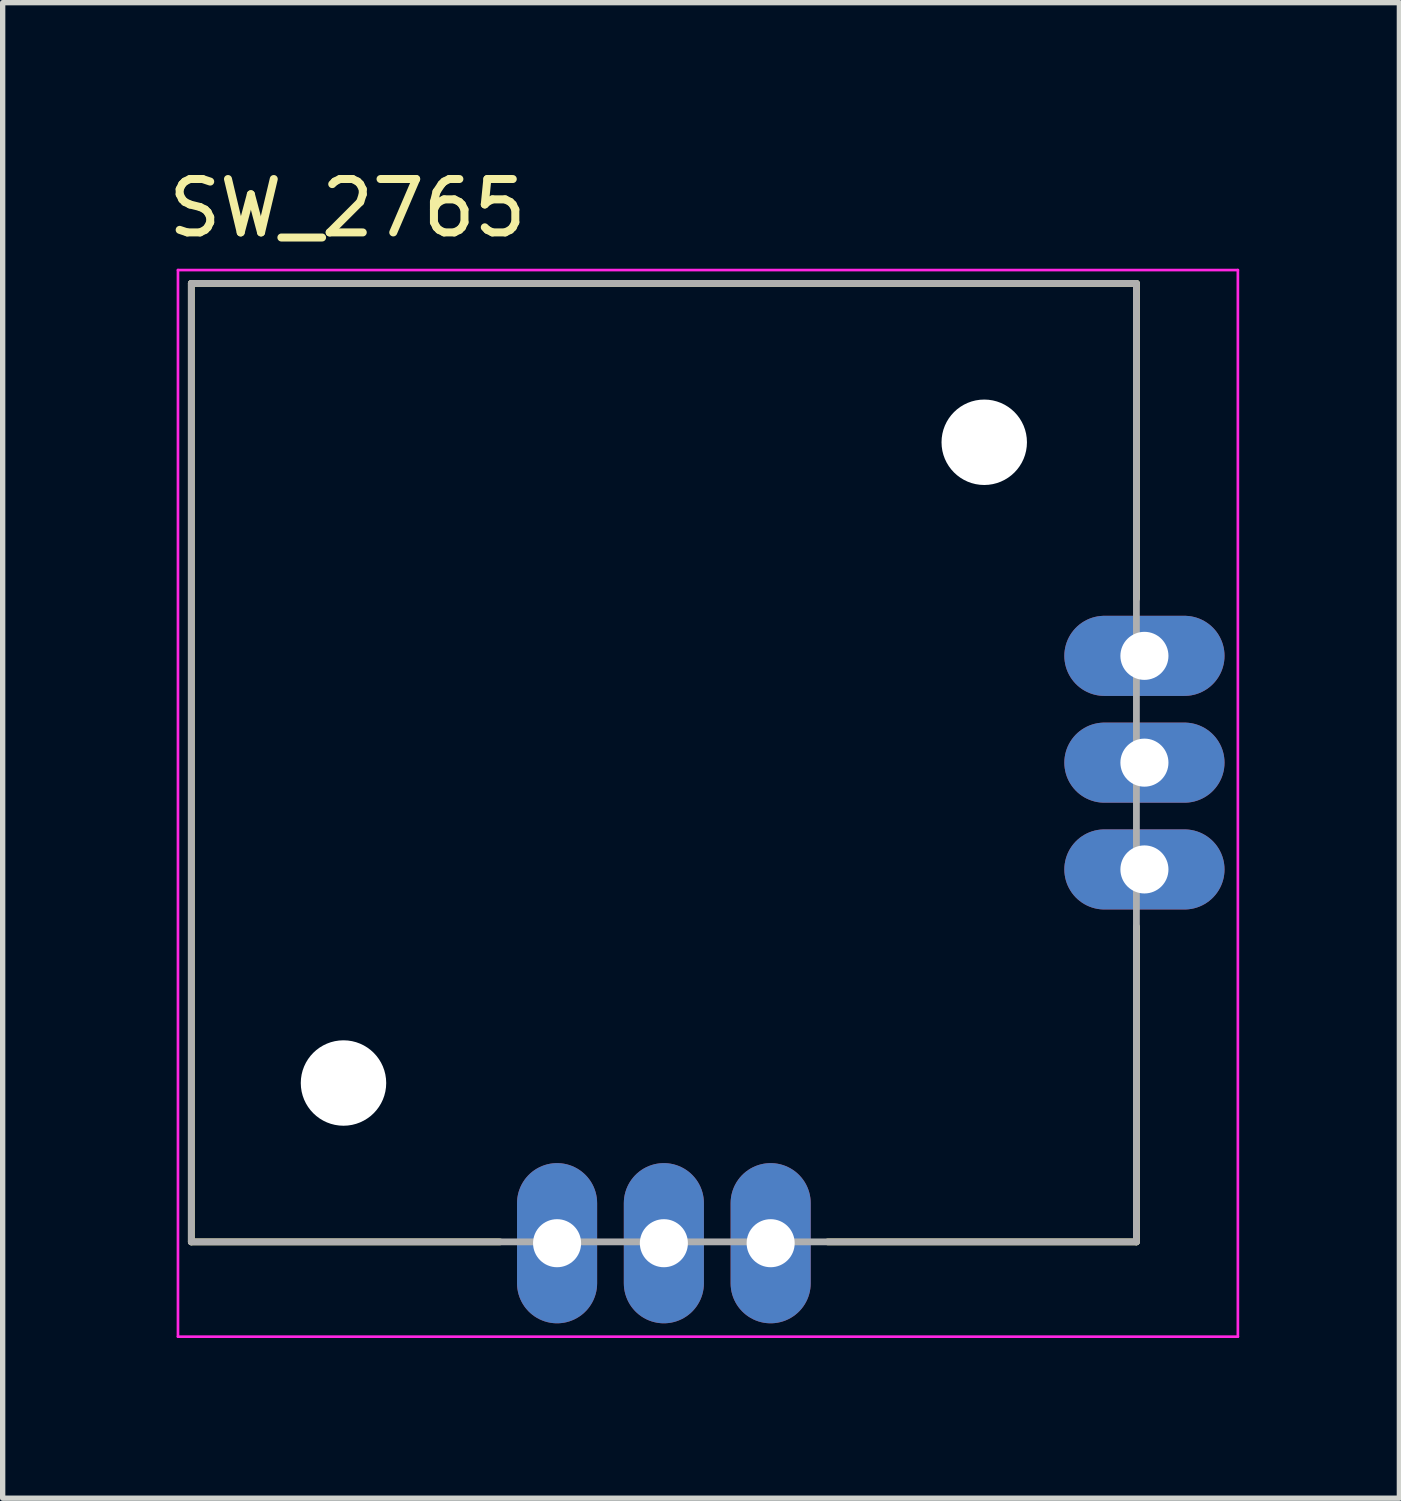
<source format=kicad_pcb>
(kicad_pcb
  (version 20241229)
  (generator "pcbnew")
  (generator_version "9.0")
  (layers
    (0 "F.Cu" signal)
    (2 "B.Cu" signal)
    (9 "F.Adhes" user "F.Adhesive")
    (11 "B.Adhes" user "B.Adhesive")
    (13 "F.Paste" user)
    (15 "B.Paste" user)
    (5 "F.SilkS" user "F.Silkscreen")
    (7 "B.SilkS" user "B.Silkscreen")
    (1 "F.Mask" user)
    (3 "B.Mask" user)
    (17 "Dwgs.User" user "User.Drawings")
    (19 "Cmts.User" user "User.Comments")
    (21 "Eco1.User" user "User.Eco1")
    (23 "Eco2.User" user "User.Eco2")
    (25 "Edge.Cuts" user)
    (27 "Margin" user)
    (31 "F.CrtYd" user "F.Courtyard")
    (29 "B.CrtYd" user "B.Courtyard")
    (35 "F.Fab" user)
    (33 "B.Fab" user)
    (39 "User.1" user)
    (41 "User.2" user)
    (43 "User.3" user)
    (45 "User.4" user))
  (footprint "SW_2765"
    (layer "F.Cu")
    (at 9.383 11.233)
    (property "Reference" "SW_2765" (at -5.925 -10.385 0) (layer "F.SilkS") (effects (font (size 1 1) (thickness 0.15))))
    (attr through_hole)
    (fp_line (start -8.85 -8.975) (end 8.85 -8.975) (stroke (width 0.127) (type solid)) (layer "F.SilkS"))
    (fp_line (start -8.85 8.975) (end -8.85 -8.975) (stroke (width 0.127) (type solid)) (layer "F.SilkS"))
    (fp_line (start -3.07 8.975) (end -8.85 8.975) (stroke (width 0.127) (type solid)) (layer "F.SilkS"))
    (fp_line (start 8.85 -8.975) (end 8.85 -3.07) (stroke (width 0.127) (type solid)) (layer "F.SilkS"))
    (fp_line (start 8.85 8.975) (end 3.07 8.975) (stroke (width 0.127) (type solid)) (layer "F.SilkS"))
    (fp_line (start 8.85 8.975) (end 8.85 3.07) (stroke (width 0.127) (type solid)) (layer "F.SilkS"))
    (fp_line (start -9.1 -9.225) (end -9.1 10.75) (stroke (width 0.05) (type solid)) (layer "F.CrtYd"))
    (fp_line (start -9.1 10.75) (end 10.75 10.75) (stroke (width 0.05) (type solid)) (layer "F.CrtYd"))
    (fp_line (start 10.75 -9.225) (end -9.1 -9.225) (stroke (width 0.05) (type solid)) (layer "F.CrtYd"))
    (fp_line (start 10.75 10.75) (end 10.75 -9.225) (stroke (width 0.05) (type solid)) (layer "F.CrtYd"))
    (fp_line (start -8.85 -8.975) (end 8.85 -8.975) (stroke (width 0.127) (type solid)) (layer "F.Fab"))
    (fp_line (start -8.85 8.975) (end -8.85 -8.975) (stroke (width 0.127) (type solid)) (layer "F.Fab"))
    (fp_line (start 8.85 -8.975) (end 8.85 8.975) (stroke (width 0.127) (type solid)) (layer "F.Fab"))
    (fp_line (start 8.85 8.975) (end -8.85 8.975) (stroke (width 0.127) (type solid)) (layer "F.Fab"))
    (pad "" np_thru_hole circle (at -6 6) (size 1.6 1.6) (drill 1.6) (layers "*.Cu" "*.Mask"))
    (pad "" np_thru_hole circle (at 6 -6) (size 1.6 1.6) (drill 1.6) (layers "*.Cu" "*.Mask"))
    (pad "X" thru_hole oval (at 9 0) (size 3 1.5) (drill 0.9) (layers "*.Cu" "*.Mask"))
    (pad "X+" thru_hole oval (at 9 2) (size 3 1.5) (drill 0.9) (layers "*.Cu" "*.Mask"))
    (pad "X-" thru_hole oval (at 9 -2) (size 3 1.5) (drill 0.9) (layers "*.Cu" "*.Mask"))
    (pad "Y" thru_hole oval (at 0 9) (size 1.5 3) (drill 0.9) (layers "*.Cu" "*.Mask"))
    (pad "Y+" thru_hole oval (at 2 9) (size 1.5 3) (drill 0.9) (layers "*.Cu" "*.Mask"))
    (pad "Y-" thru_hole oval (at -2 9) (size 1.5 3) (drill 0.9) (layers "*.Cu" "*.Mask")))
  (gr_rect
    (start -3 -3)
    (end 23.158 25.008)
    (stroke (width 0.1) (type default))
    (fill no)
    (layer "Edge.Cuts")))
</source>
